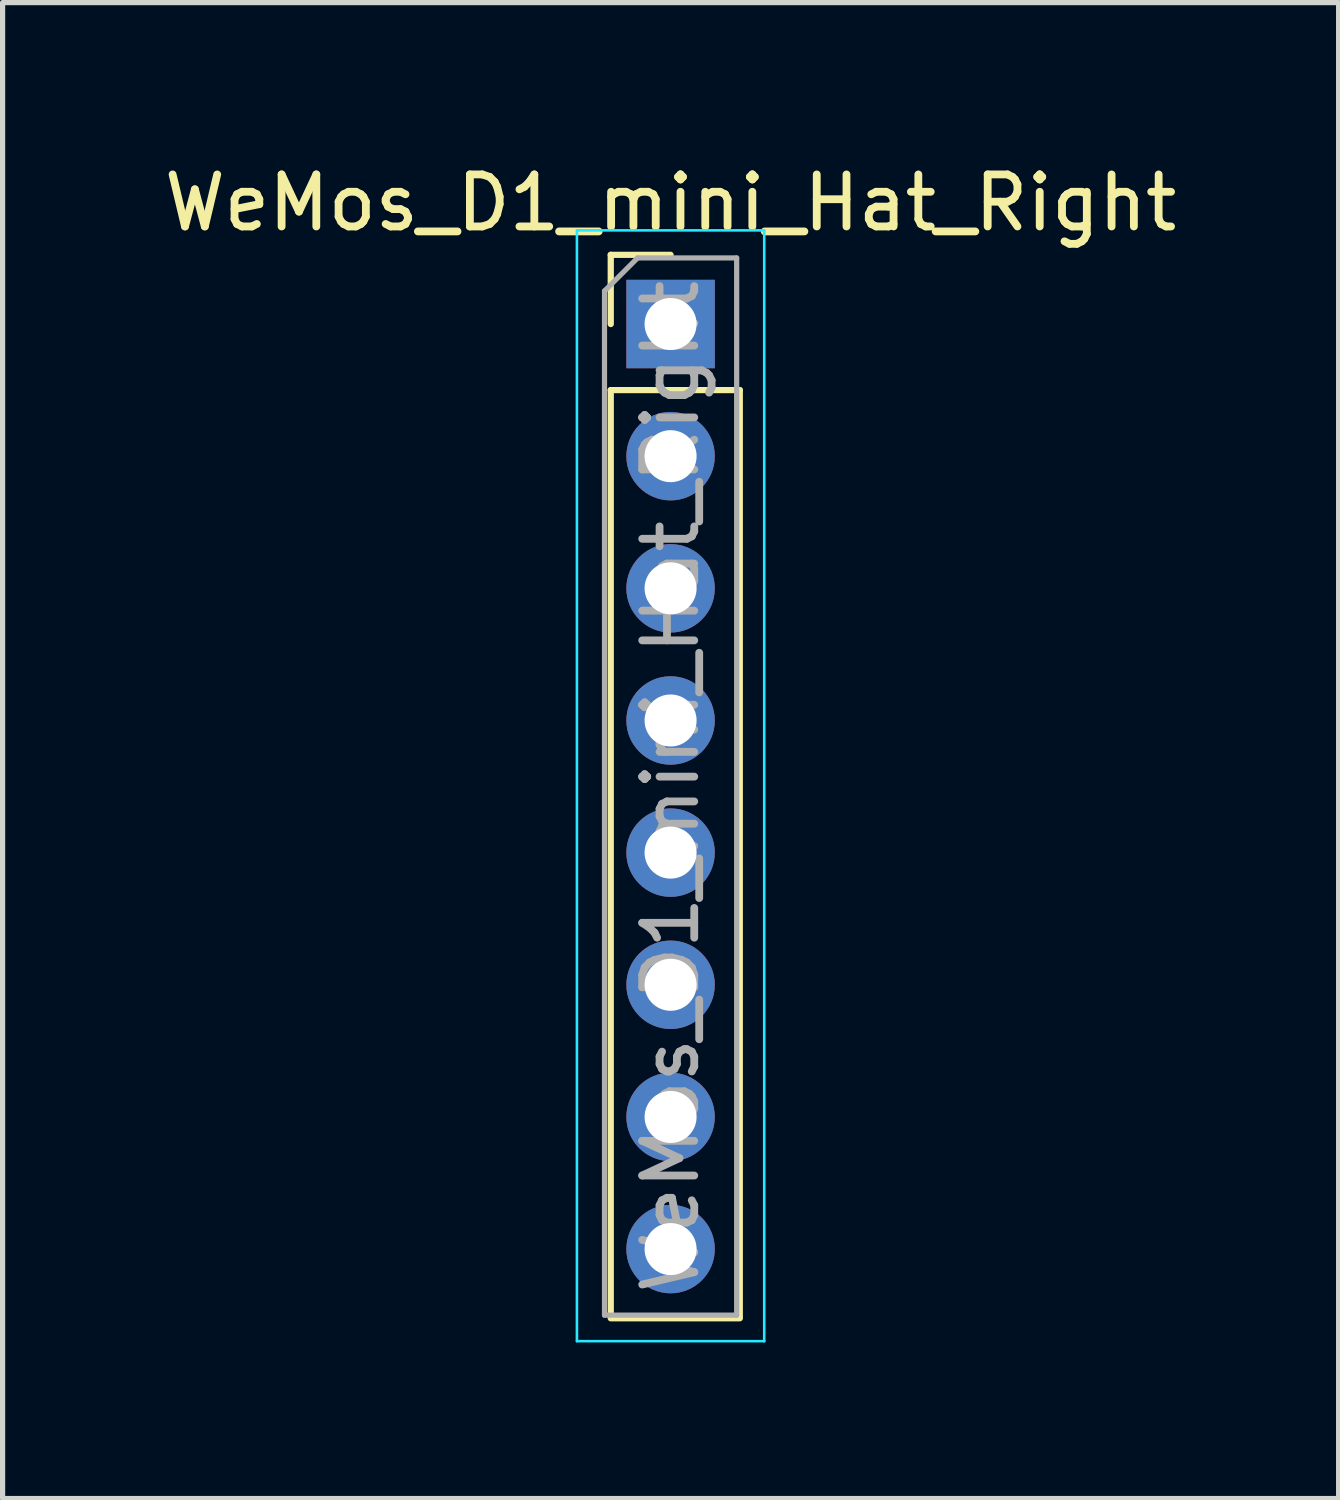
<source format=kicad_pcb>
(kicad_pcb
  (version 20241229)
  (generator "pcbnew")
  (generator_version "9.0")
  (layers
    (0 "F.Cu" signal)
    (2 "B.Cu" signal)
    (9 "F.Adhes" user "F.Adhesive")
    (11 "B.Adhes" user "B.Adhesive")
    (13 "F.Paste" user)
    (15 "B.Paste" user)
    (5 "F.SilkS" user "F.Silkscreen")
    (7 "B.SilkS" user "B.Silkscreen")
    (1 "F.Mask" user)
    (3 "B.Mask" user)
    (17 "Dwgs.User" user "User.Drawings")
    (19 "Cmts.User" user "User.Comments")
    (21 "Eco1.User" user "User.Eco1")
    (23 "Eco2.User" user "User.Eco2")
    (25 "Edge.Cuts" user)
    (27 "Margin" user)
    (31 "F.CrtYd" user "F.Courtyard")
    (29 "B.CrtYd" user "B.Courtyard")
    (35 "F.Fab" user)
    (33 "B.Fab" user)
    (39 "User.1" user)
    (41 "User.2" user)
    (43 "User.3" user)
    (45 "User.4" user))
  (footprint "WeMos_D1_mini_Hat_Right"
    (layer "F.Cu")
    (at 9.839 3.178)
    (property "Reference" "WeMos_D1_mini_Hat_Right" (at 0 -2.33 0) (layer "F.SilkS") (effects (font (size 1 1) (thickness 0.15))))
    (attr through_hole)
    (fp_line (start -1.15 -1.33) (end 0 -1.33) (stroke (width 0.12) (type solid)) (layer "F.SilkS"))
    (fp_line (start -1.15 0) (end -1.15 -1.33) (stroke (width 0.12) (type solid)) (layer "F.SilkS"))
    (fp_line (start -1.15 1.27) (end -1.15 19.08) (stroke (width 0.12) (type solid)) (layer "F.SilkS"))
    (fp_line (start -1.15 1.27) (end 1.33 1.27) (stroke (width 0.12) (type solid)) (layer "F.SilkS"))
    (fp_line (start -1.15 19.11) (end 1.33 19.11) (stroke (width 0.12) (type solid)) (layer "F.SilkS"))
    (fp_line (start 1.33 1.27) (end 1.33 19.08) (stroke (width 0.12) (type solid)) (layer "F.SilkS"))
    (fp_line (start -1.8 -1.8) (end 1.8 -1.8) (stroke (width 0.05) (type solid)) (layer "B.CrtYd"))
    (fp_line (start -1.8 19.55) (end -1.8 -1.8) (stroke (width 0.05) (type solid)) (layer "B.CrtYd"))
    (fp_line (start 1.8 -1.8) (end 1.8 19.55) (stroke (width 0.05) (type solid)) (layer "B.CrtYd"))
    (fp_line (start 1.8 19.55) (end -1.8 19.55) (stroke (width 0.05) (type solid)) (layer "B.CrtYd"))
    (fp_line (start -1.27 -0.635) (end -0.635 -1.27) (stroke (width 0.1) (type solid)) (layer "F.Fab"))
    (fp_line (start -1.27 19.05) (end -1.27 -0.635) (stroke (width 0.1) (type solid)) (layer "F.Fab"))
    (fp_line (start -0.635 -1.27) (end 1.27 -1.27) (stroke (width 0.1) (type solid)) (layer "F.Fab"))
    (fp_line (start 1.27 -1.27) (end 1.27 19.05) (stroke (width 0.1) (type solid)) (layer "F.Fab"))
    (fp_line (start 1.27 19.05) (end -1.27 19.05) (stroke (width 0.1) (type solid)) (layer "F.Fab"))
    (fp_text user "${REFERENCE}" (at 0 8.89 90) (layer "F.Fab") (effects (font (size 1 1) (thickness 0.15))))
    (pad "1" thru_hole rect (at 0 0) (size 1.7 1.7) (drill 1) (layers "*.Cu" "*.Mask"))
    (pad "2" thru_hole oval (at 0 2.54) (size 1.7 1.7) (drill 1) (layers "*.Cu" "*.Mask"))
    (pad "3" thru_hole oval (at 0 5.08) (size 1.7 1.7) (drill 1) (layers "*.Cu" "*.Mask"))
    (pad "4" thru_hole oval (at 0 7.62) (size 1.7 1.7) (drill 1) (layers "*.Cu" "*.Mask"))
    (pad "5" thru_hole oval (at 0 10.16) (size 1.7 1.7) (drill 1) (layers "*.Cu" "*.Mask"))
    (pad "6" thru_hole oval (at 0 12.7) (size 1.7 1.7) (drill 1) (layers "*.Cu" "*.Mask"))
    (pad "7" thru_hole oval (at 0 15.24) (size 1.7 1.7) (drill 1) (layers "*.Cu" "*.Mask"))
    (pad "8" thru_hole oval (at 0 17.78) (size 1.7 1.7) (drill 1) (layers "*.Cu" "*.Mask")))
  (gr_rect
    (start -3 -3)
    (end 22.679 25.753)
    (stroke (width 0.1) (type default))
    (fill no)
    (layer "Edge.Cuts")))
</source>
